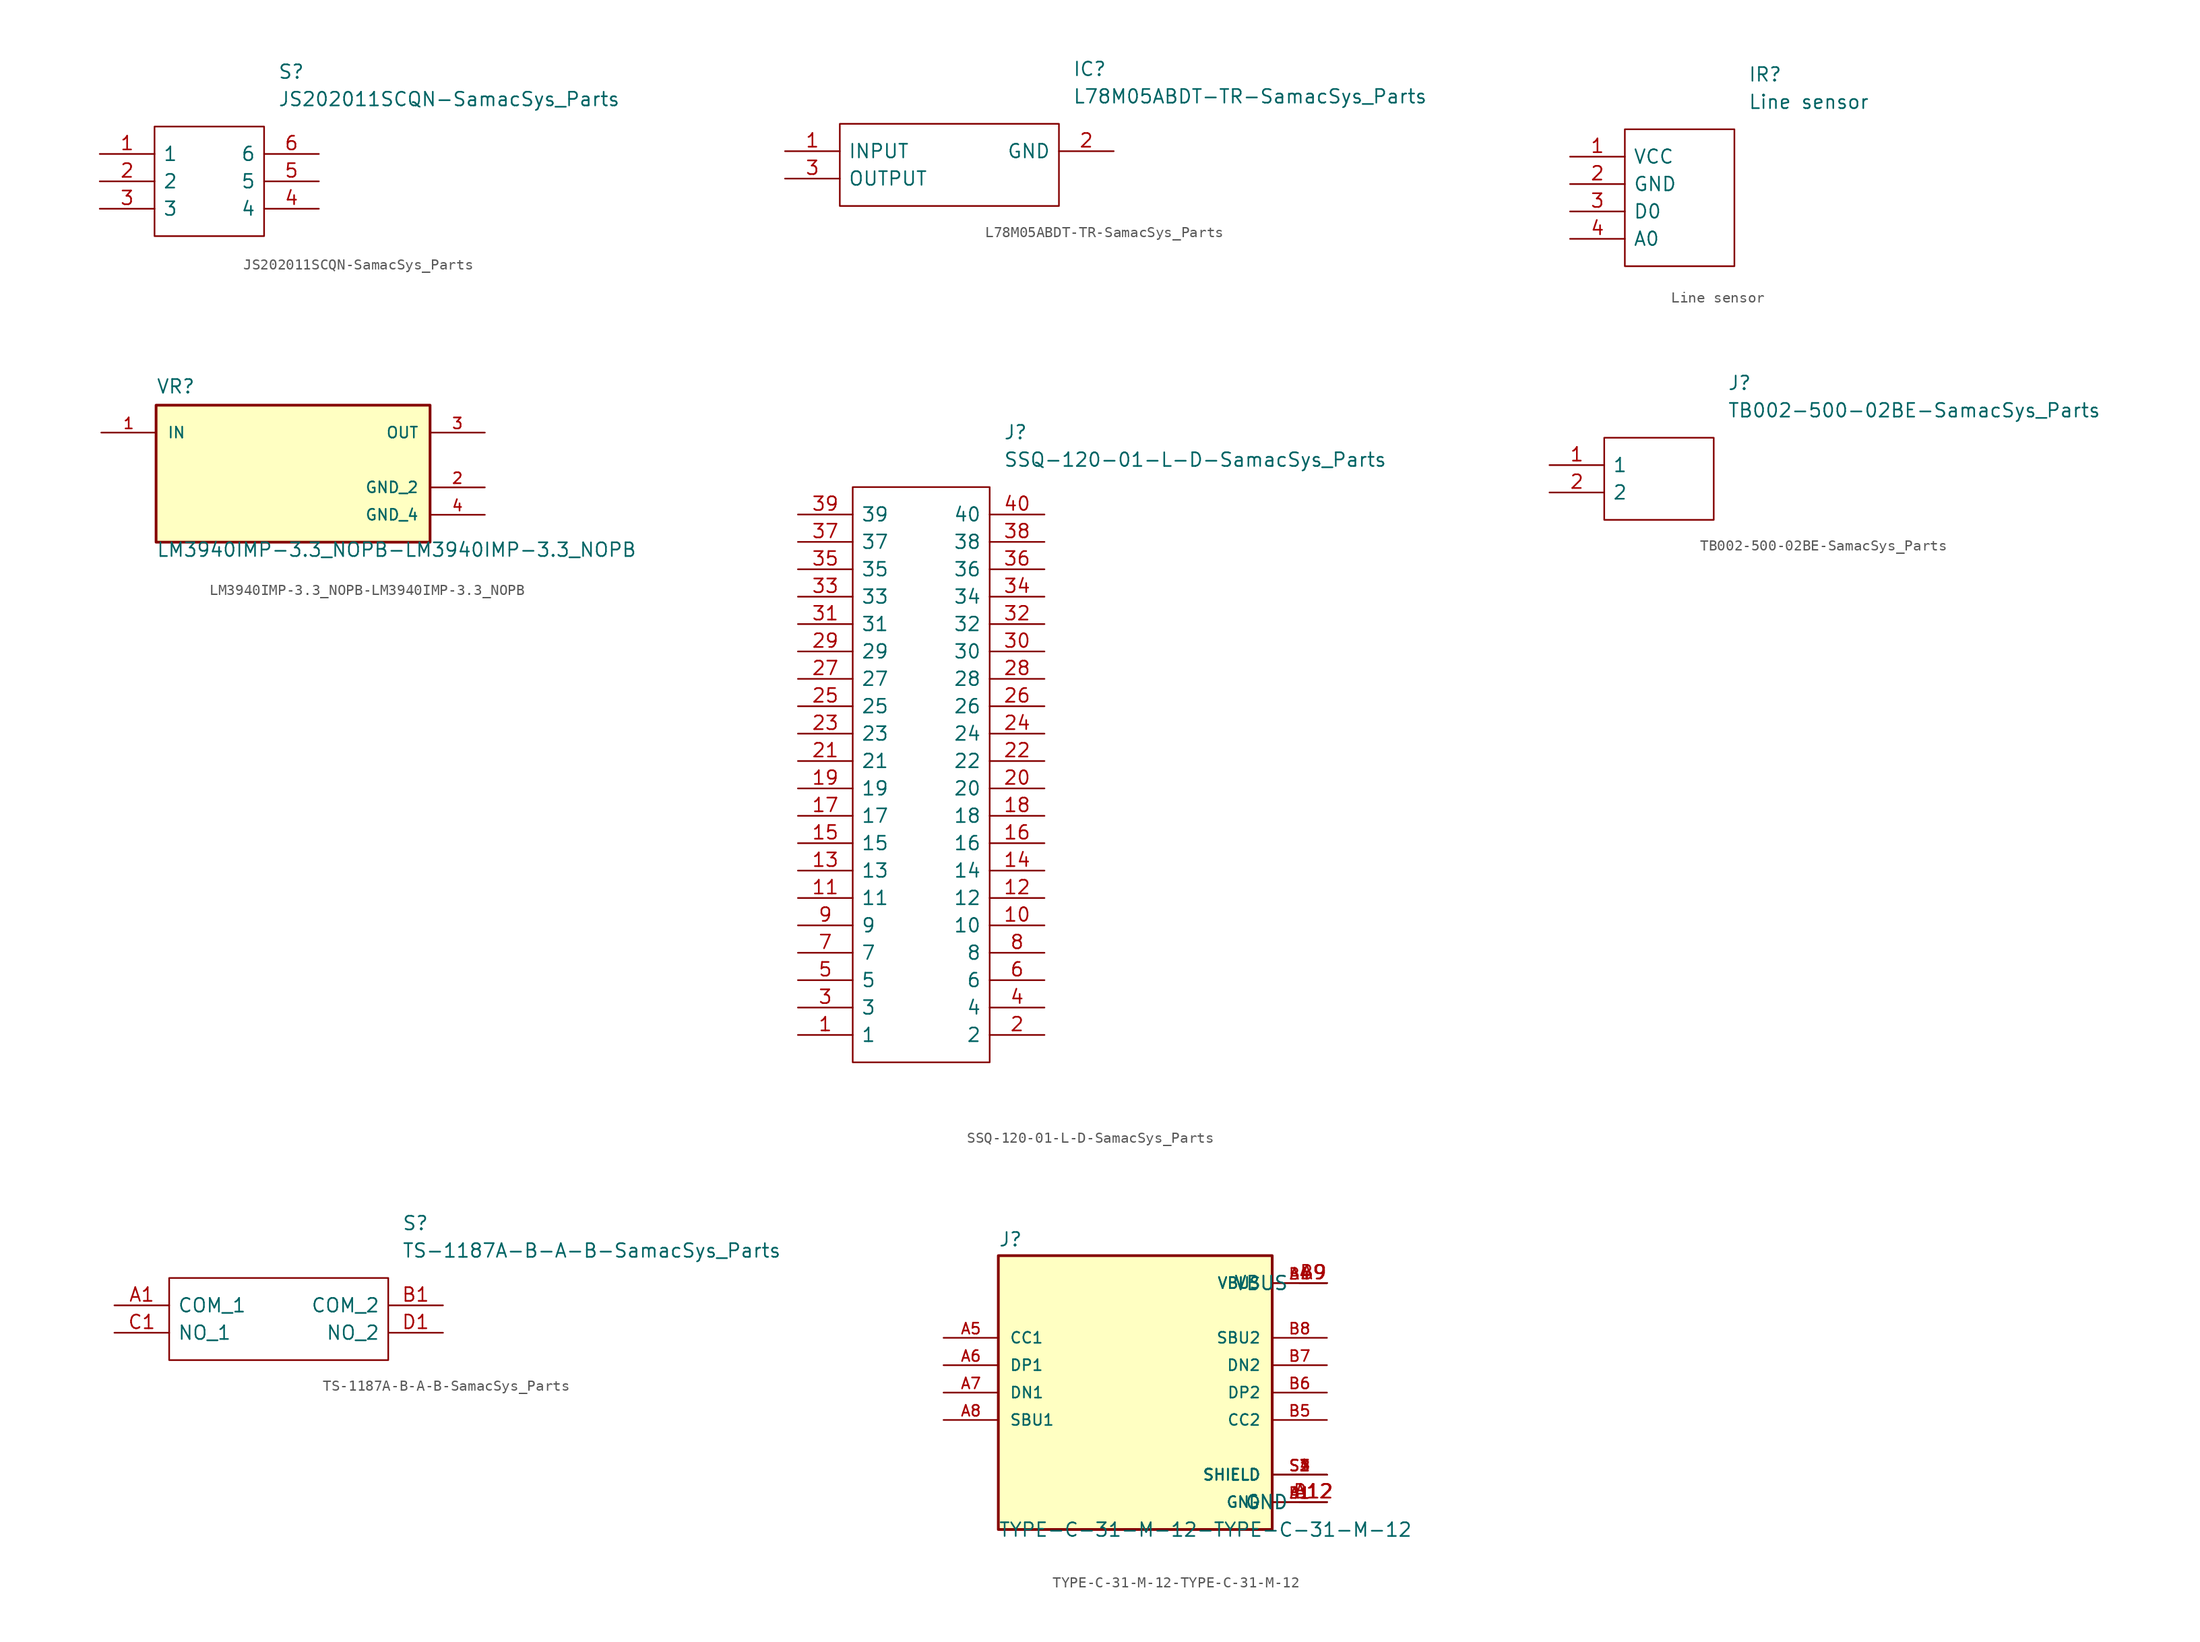
<source format=kicad_sym>
(kicad_symbol_lib
  (version 20211014)
  (generator kicad_symbol_editor)
  (symbol "JS202011SCQN-SamacSys_Parts"
    (pin_names
      (offset 0.762))
    (property "Reference" "S"
      (at 16.51 7.62 0)
      (effects (font (size 1.27 1.27)) (justify left)))
    (property "Value" "JS202011SCQN-SamacSys_Parts"
      (at 16.51 5.08 0)
      (effects (font (size 1.27 1.27)) (justify left)))
    (symbol "JS202011SCQN-SamacSys_Parts_0_0"
      (pin passive line (at 0 0 0) (length 5.08) (name "1" (effects (font (size 1.27 1.27)))) (number "1" (effects (font (size 1.27 1.27)))))
      (pin passive line (at 0 -2.54 0) (length 5.08) (name "2" (effects (font (size 1.27 1.27)))) (number "2" (effects (font (size 1.27 1.27)))))
      (pin passive line (at 0 -5.08 0) (length 5.08) (name "3" (effects (font (size 1.27 1.27)))) (number "3" (effects (font (size 1.27 1.27)))))
      (pin passive line (at 20.32 -5.08 180) (length 5.08) (name "4" (effects (font (size 1.27 1.27)))) (number "4" (effects (font (size 1.27 1.27)))))
      (pin passive line (at 20.32 -2.54 180) (length 5.08) (name "5" (effects (font (size 1.27 1.27)))) (number "5" (effects (font (size 1.27 1.27)))))
      (pin passive line (at 20.32 0 180) (length 5.08) (name "6" (effects (font (size 1.27 1.27)))) (number "6" (effects (font (size 1.27 1.27))))))
    (symbol "JS202011SCQN-SamacSys_Parts_0_1"
      (polyline (pts (xy 5.08 2.54) (xy 15.24 2.54) (xy 15.24 -7.62) (xy 5.08 -7.62) (xy 5.08 2.54)) (stroke (width 0.152) (type default) (color 0 0 0 0)) (fill (type none)))))
  (symbol "L78M05ABDT-TR-SamacSys_Parts"
    (pin_names
      (offset 0.762))
    (property "Reference" "IC"
      (at 26.67 7.62 0)
      (effects (font (size 1.27 1.27)) (justify left)))
    (property "Value" "L78M05ABDT-TR-SamacSys_Parts"
      (at 26.67 5.08 0)
      (effects (font (size 1.27 1.27)) (justify left)))
    (symbol "L78M05ABDT-TR-SamacSys_Parts_0_0"
      (pin passive line (at 0 0 0) (length 5.08) (name "INPUT" (effects (font (size 1.27 1.27)))) (number "1" (effects (font (size 1.27 1.27)))))
      (pin passive line (at 30.48 0 180) (length 5.08) (name "GND" (effects (font (size 1.27 1.27)))) (number "2" (effects (font (size 1.27 1.27)))))
      (pin passive line (at 0 -2.54 0) (length 5.08) (name "OUTPUT" (effects (font (size 1.27 1.27)))) (number "3" (effects (font (size 1.27 1.27))))))
    (symbol "L78M05ABDT-TR-SamacSys_Parts_0_1"
      (polyline (pts (xy 5.08 2.54) (xy 25.4 2.54) (xy 25.4 -5.08) (xy 5.08 -5.08) (xy 5.08 2.54)) (stroke (width 0.152) (type default) (color 0 0 0 0)) (fill (type none)))))
  (symbol "Line sensor"
    (pin_names
      (offset 0.762))
    (property "Reference" "IR"
      (at 16.51 7.62 0)
      (effects (font (size 1.27 1.27)) (justify left)))
    (property "Value" "Line sensor"
      (at 16.51 5.08 0)
      (effects (font (size 1.27 1.27)) (justify left)))
    (symbol "Line sensor_0_0"
      (pin power_in line (at 0 0 0) (length 5.08) (name "VCC" (effects (font (size 1.27 1.27)))) (number "1" (effects (font (size 1.27 1.27)))))
      (pin power_in line (at 0 -2.54 0) (length 5.08) (name "GND" (effects (font (size 1.27 1.27)))) (number "2" (effects (font (size 1.27 1.27)))))
      (pin output line (at 0 -5.08 0) (length 5.08) (name "D0" (effects (font (size 1.27 1.27)))) (number "3" (effects (font (size 1.27 1.27)))))
      (pin output line (at 0 -7.62 0) (length 5.08) (name "A0" (effects (font (size 1.27 1.27)))) (number "4" (effects (font (size 1.27 1.27))))))
    (symbol "Line sensor_0_1"
      (polyline (pts (xy 5.08 2.54) (xy 15.24 2.54) (xy 15.24 -10.16) (xy 5.08 -10.16) (xy 5.08 2.54)) (stroke (width 0.152) (type default) (color 0 0 0 0)) (fill (type none)))))
  (symbol "LM3940IMP-3.3_NOPB-LM3940IMP-3.3_NOPB"
    (pin_names
      (offset 1.016))
    (property "Reference" "VR"
      (at -12.7 6.071 0)
      (effects (font (size 1.27 1.27)) (justify left bottom)))
    (property "Value" "LM3940IMP-3.3_NOPB-LM3940IMP-3.3_NOPB"
      (at -12.7 -9.068 0)
      (effects (font (size 1.27 1.27)) (justify left bottom)))
    (property "ki_locked" ""
      (at 0 0 0)
      (effects (font (size 1.27 1.27))))
    (symbol "LM3940IMP-3.3_NOPB-LM3940IMP-3.3_NOPB_0_0"
      (rectangle (start -12.7 -7.62) (end 12.7 5.08) (stroke (width 0.254) (type default) (color 0 0 0 0)) (fill (type background)))
      (pin input line (at -17.78 2.54 0) (length 5.08) (name "IN" (effects (font (size 1.016 1.016)))) (number "1" (effects (font (size 1.016 1.016)))))
      (pin power_in line (at 17.78 -2.54 180) (length 5.08) (name "GND_2" (effects (font (size 1.016 1.016)))) (number "2" (effects (font (size 1.016 1.016)))))
      (pin output line (at 17.78 2.54 180) (length 5.08) (name "OUT" (effects (font (size 1.016 1.016)))) (number "3" (effects (font (size 1.016 1.016)))))
      (pin power_in line (at 17.78 -5.08 180) (length 5.08) (name "GND_4" (effects (font (size 1.016 1.016)))) (number "4" (effects (font (size 1.016 1.016)))))))
  (symbol "SSQ-120-01-L-D-SamacSys_Parts"
    (pin_names
      (offset 0.762))
    (property "Reference" "J"
      (at 19.05 7.62 0)
      (effects (font (size 1.27 1.27)) (justify left)))
    (property "Value" "SSQ-120-01-L-D-SamacSys_Parts"
      (at 19.05 5.08 0)
      (effects (font (size 1.27 1.27)) (justify left)))
    (symbol "SSQ-120-01-L-D-SamacSys_Parts_0_0"
      (pin passive line (at 0 -48.26 0) (length 5.08) (name "1" (effects (font (size 1.27 1.27)))) (number "1" (effects (font (size 1.27 1.27)))))
      (pin passive line (at 22.86 -38.1 180) (length 5.08) (name "10" (effects (font (size 1.27 1.27)))) (number "10" (effects (font (size 1.27 1.27)))))
      (pin passive line (at 0 -35.56 0) (length 5.08) (name "11" (effects (font (size 1.27 1.27)))) (number "11" (effects (font (size 1.27 1.27)))))
      (pin passive line (at 22.86 -35.56 180) (length 5.08) (name "12" (effects (font (size 1.27 1.27)))) (number "12" (effects (font (size 1.27 1.27)))))
      (pin passive line (at 0 -33.02 0) (length 5.08) (name "13" (effects (font (size 1.27 1.27)))) (number "13" (effects (font (size 1.27 1.27)))))
      (pin passive line (at 22.86 -33.02 180) (length 5.08) (name "14" (effects (font (size 1.27 1.27)))) (number "14" (effects (font (size 1.27 1.27)))))
      (pin passive line (at 0 -30.48 0) (length 5.08) (name "15" (effects (font (size 1.27 1.27)))) (number "15" (effects (font (size 1.27 1.27)))))
      (pin passive line (at 22.86 -30.48 180) (length 5.08) (name "16" (effects (font (size 1.27 1.27)))) (number "16" (effects (font (size 1.27 1.27)))))
      (pin passive line (at 0 -27.94 0) (length 5.08) (name "17" (effects (font (size 1.27 1.27)))) (number "17" (effects (font (size 1.27 1.27)))))
      (pin passive line (at 22.86 -27.94 180) (length 5.08) (name "18" (effects (font (size 1.27 1.27)))) (number "18" (effects (font (size 1.27 1.27)))))
      (pin passive line (at 0 -25.4 0) (length 5.08) (name "19" (effects (font (size 1.27 1.27)))) (number "19" (effects (font (size 1.27 1.27)))))
      (pin passive line (at 22.86 -48.26 180) (length 5.08) (name "2" (effects (font (size 1.27 1.27)))) (number "2" (effects (font (size 1.27 1.27)))))
      (pin passive line (at 22.86 -25.4 180) (length 5.08) (name "20" (effects (font (size 1.27 1.27)))) (number "20" (effects (font (size 1.27 1.27)))))
      (pin passive line (at 0 -22.86 0) (length 5.08) (name "21" (effects (font (size 1.27 1.27)))) (number "21" (effects (font (size 1.27 1.27)))))
      (pin passive line (at 22.86 -22.86 180) (length 5.08) (name "22" (effects (font (size 1.27 1.27)))) (number "22" (effects (font (size 1.27 1.27)))))
      (pin passive line (at 0 -20.32 0) (length 5.08) (name "23" (effects (font (size 1.27 1.27)))) (number "23" (effects (font (size 1.27 1.27)))))
      (pin passive line (at 22.86 -20.32 180) (length 5.08) (name "24" (effects (font (size 1.27 1.27)))) (number "24" (effects (font (size 1.27 1.27)))))
      (pin passive line (at 0 -17.78 0) (length 5.08) (name "25" (effects (font (size 1.27 1.27)))) (number "25" (effects (font (size 1.27 1.27)))))
      (pin passive line (at 22.86 -17.78 180) (length 5.08) (name "26" (effects (font (size 1.27 1.27)))) (number "26" (effects (font (size 1.27 1.27)))))
      (pin passive line (at 0 -15.24 0) (length 5.08) (name "27" (effects (font (size 1.27 1.27)))) (number "27" (effects (font (size 1.27 1.27)))))
      (pin passive line (at 22.86 -15.24 180) (length 5.08) (name "28" (effects (font (size 1.27 1.27)))) (number "28" (effects (font (size 1.27 1.27)))))
      (pin passive line (at 0 -12.7 0) (length 5.08) (name "29" (effects (font (size 1.27 1.27)))) (number "29" (effects (font (size 1.27 1.27)))))
      (pin passive line (at 0 -45.72 0) (length 5.08) (name "3" (effects (font (size 1.27 1.27)))) (number "3" (effects (font (size 1.27 1.27)))))
      (pin passive line (at 22.86 -12.7 180) (length 5.08) (name "30" (effects (font (size 1.27 1.27)))) (number "30" (effects (font (size 1.27 1.27)))))
      (pin passive line (at 0 -10.16 0) (length 5.08) (name "31" (effects (font (size 1.27 1.27)))) (number "31" (effects (font (size 1.27 1.27)))))
      (pin passive line (at 22.86 -10.16 180) (length 5.08) (name "32" (effects (font (size 1.27 1.27)))) (number "32" (effects (font (size 1.27 1.27)))))
      (pin passive line (at 0 -7.62 0) (length 5.08) (name "33" (effects (font (size 1.27 1.27)))) (number "33" (effects (font (size 1.27 1.27)))))
      (pin passive line (at 22.86 -7.62 180) (length 5.08) (name "34" (effects (font (size 1.27 1.27)))) (number "34" (effects (font (size 1.27 1.27)))))
      (pin passive line (at 0 -5.08 0) (length 5.08) (name "35" (effects (font (size 1.27 1.27)))) (number "35" (effects (font (size 1.27 1.27)))))
      (pin passive line (at 22.86 -5.08 180) (length 5.08) (name "36" (effects (font (size 1.27 1.27)))) (number "36" (effects (font (size 1.27 1.27)))))
      (pin passive line (at 0 -2.54 0) (length 5.08) (name "37" (effects (font (size 1.27 1.27)))) (number "37" (effects (font (size 1.27 1.27)))))
      (pin passive line (at 22.86 -2.54 180) (length 5.08) (name "38" (effects (font (size 1.27 1.27)))) (number "38" (effects (font (size 1.27 1.27)))))
      (pin passive line (at 0 0 0) (length 5.08) (name "39" (effects (font (size 1.27 1.27)))) (number "39" (effects (font (size 1.27 1.27)))))
      (pin passive line (at 22.86 -45.72 180) (length 5.08) (name "4" (effects (font (size 1.27 1.27)))) (number "4" (effects (font (size 1.27 1.27)))))
      (pin passive line (at 22.86 0 180) (length 5.08) (name "40" (effects (font (size 1.27 1.27)))) (number "40" (effects (font (size 1.27 1.27)))))
      (pin passive line (at 0 -43.18 0) (length 5.08) (name "5" (effects (font (size 1.27 1.27)))) (number "5" (effects (font (size 1.27 1.27)))))
      (pin passive line (at 22.86 -43.18 180) (length 5.08) (name "6" (effects (font (size 1.27 1.27)))) (number "6" (effects (font (size 1.27 1.27)))))
      (pin passive line (at 0 -40.64 0) (length 5.08) (name "7" (effects (font (size 1.27 1.27)))) (number "7" (effects (font (size 1.27 1.27)))))
      (pin passive line (at 22.86 -40.64 180) (length 5.08) (name "8" (effects (font (size 1.27 1.27)))) (number "8" (effects (font (size 1.27 1.27)))))
      (pin passive line (at 0 -38.1 0) (length 5.08) (name "9" (effects (font (size 1.27 1.27)))) (number "9" (effects (font (size 1.27 1.27))))))
    (symbol "SSQ-120-01-L-D-SamacSys_Parts_0_1"
      (polyline (pts (xy 5.08 2.54) (xy 17.78 2.54) (xy 17.78 -50.8) (xy 5.08 -50.8) (xy 5.08 2.54)) (stroke (width 0.152) (type default) (color 0 0 0 0)) (fill (type none)))))
  (symbol "TB002-500-02BE-SamacSys_Parts"
    (pin_names
      (offset 0.762))
    (property "Reference" "J"
      (at 16.51 7.62 0)
      (effects (font (size 1.27 1.27)) (justify left)))
    (property "Value" "TB002-500-02BE-SamacSys_Parts"
      (at 16.51 5.08 0)
      (effects (font (size 1.27 1.27)) (justify left)))
    (symbol "TB002-500-02BE-SamacSys_Parts_0_0"
      (pin passive line (at 0 0 0) (length 5.08) (name "1" (effects (font (size 1.27 1.27)))) (number "1" (effects (font (size 1.27 1.27)))))
      (pin passive line (at 0 -2.54 0) (length 5.08) (name "2" (effects (font (size 1.27 1.27)))) (number "2" (effects (font (size 1.27 1.27))))))
    (symbol "TB002-500-02BE-SamacSys_Parts_0_1"
      (polyline (pts (xy 5.08 2.54) (xy 15.24 2.54) (xy 15.24 -5.08) (xy 5.08 -5.08) (xy 5.08 2.54)) (stroke (width 0.152) (type default) (color 0 0 0 0)) (fill (type none)))))
  (symbol "TS-1187A-B-A-B-SamacSys_Parts"
    (pin_names
      (offset 0.762))
    (property "Reference" "S"
      (at 26.67 7.62 0)
      (effects (font (size 1.27 1.27)) (justify left)))
    (property "Value" "TS-1187A-B-A-B-SamacSys_Parts"
      (at 26.67 5.08 0)
      (effects (font (size 1.27 1.27)) (justify left)))
    (symbol "TS-1187A-B-A-B-SamacSys_Parts_0_0"
      (pin passive line (at 0 0 0) (length 5.08) (name "COM_1" (effects (font (size 1.27 1.27)))) (number "A1" (effects (font (size 1.27 1.27)))))
      (pin passive line (at 30.48 0 180) (length 5.08) (name "COM_2" (effects (font (size 1.27 1.27)))) (number "B1" (effects (font (size 1.27 1.27)))))
      (pin passive line (at 0 -2.54 0) (length 5.08) (name "NO_1" (effects (font (size 1.27 1.27)))) (number "C1" (effects (font (size 1.27 1.27)))))
      (pin passive line (at 30.48 -2.54 180) (length 5.08) (name "NO_2" (effects (font (size 1.27 1.27)))) (number "D1" (effects (font (size 1.27 1.27))))))
    (symbol "TS-1187A-B-A-B-SamacSys_Parts_0_1"
      (polyline (pts (xy 5.08 2.54) (xy 25.4 2.54) (xy 25.4 -5.08) (xy 5.08 -5.08) (xy 5.08 2.54)) (stroke (width 0.152) (type default) (color 0 0 0 0)) (fill (type none)))))
  (symbol "TYPE-C-31-M-12-TYPE-C-31-M-12"
    (pin_names
      (offset 1.016))
    (property "Reference" "J"
      (at -12.7 13.462 0)
      (effects (font (size 1.27 1.27)) (justify left bottom)))
    (property "Value" "TYPE-C-31-M-12-TYPE-C-31-M-12"
      (at -12.7 -13.462 0)
      (effects (font (size 1.27 1.27)) (justify left bottom)))
    (property "ki_locked" ""
      (at 0 0 0)
      (effects (font (size 1.27 1.27))))
    (symbol "TYPE-C-31-M-12-TYPE-C-31-M-12_0_0"
      (rectangle (start -12.7 -12.7) (end 12.7 12.7) (stroke (width 0.254) (type default) (color 0 0 0 0)) (fill (type background)))
      (pin power_in line (at 17.78 -10.16 180) (length 5.08) (name "GND" (effects (font (size 1.016 1.016)))) (number "A1" (effects (font (size 1.016 1.016)))))
      (pin power_out line (at 17.78 -10.16 180) (length 2.54) (name "GND" (effects (font (size 1.27 1.27)))) (number "A12" (effects (font (size 1.27 1.27)))))
      (pin power_in line (at 17.78 10.16 180) (length 5.08) (name "VBUS" (effects (font (size 1.016 1.016)))) (number "A4" (effects (font (size 1.016 1.016)))))
      (pin bidirectional line (at -17.78 5.08 0) (length 5.08) (name "CC1" (effects (font (size 1.016 1.016)))) (number "A5" (effects (font (size 1.016 1.016)))))
      (pin bidirectional line (at -17.78 2.54 0) (length 5.08) (name "DP1" (effects (font (size 1.016 1.016)))) (number "A6" (effects (font (size 1.016 1.016)))))
      (pin bidirectional line (at -17.78 0 0) (length 5.08) (name "DN1" (effects (font (size 1.016 1.016)))) (number "A7" (effects (font (size 1.016 1.016)))))
      (pin bidirectional line (at -17.78 -2.54 0) (length 5.08) (name "SBU1" (effects (font (size 1.016 1.016)))) (number "A8" (effects (font (size 1.016 1.016)))))
      (pin power_in line (at 17.78 10.16 180) (length 2.54) (name "VBUS" (effects (font (size 1.27 1.27)))) (number "A9" (effects (font (size 1.27 1.27)))))
      (pin power_in line (at 17.78 -10.16 180) (length 5.08) (name "GND" (effects (font (size 1.016 1.016)))) (number "B1" (effects (font (size 1.016 1.016)))))
      (pin power_in line (at 17.78 -10.16 180) (length 2.54) (name "GND" (effects (font (size 1.27 1.27)))) (number "B12" (effects (font (size 1.27 1.27)))))
      (pin power_in line (at 17.78 10.16 180) (length 5.08) (name "VBUS" (effects (font (size 1.016 1.016)))) (number "B4" (effects (font (size 1.016 1.016)))))
      (pin bidirectional line (at 17.78 -2.54 180) (length 5.08) (name "CC2" (effects (font (size 1.016 1.016)))) (number "B5" (effects (font (size 1.016 1.016)))))
      (pin bidirectional line (at 17.78 0 180) (length 5.08) (name "DP2" (effects (font (size 1.016 1.016)))) (number "B6" (effects (font (size 1.016 1.016)))))
      (pin bidirectional line (at 17.78 2.54 180) (length 5.08) (name "DN2" (effects (font (size 1.016 1.016)))) (number "B7" (effects (font (size 1.016 1.016)))))
      (pin bidirectional line (at 17.78 5.08 180) (length 5.08) (name "SBU2" (effects (font (size 1.016 1.016)))) (number "B8" (effects (font (size 1.016 1.016)))))
      (pin input line (at 17.78 10.16 180) (length 2.54) (name "VBUS" (effects (font (size 1.27 1.27)))) (number "B9" (effects (font (size 1.27 1.27)))))
      (pin passive line (at 17.78 -7.62 180) (length 5.08) (name "SHIELD" (effects (font (size 1.016 1.016)))) (number "S1" (effects (font (size 1.016 1.016)))))
      (pin passive line (at 17.78 -7.62 180) (length 5.08) (name "SHIELD" (effects (font (size 1.016 1.016)))) (number "S2" (effects (font (size 1.016 1.016)))))
      (pin passive line (at 17.78 -7.62 180) (length 5.08) (name "SHIELD" (effects (font (size 1.016 1.016)))) (number "S3" (effects (font (size 1.016 1.016)))))
      (pin passive line (at 17.78 -7.62 180) (length 5.08) (name "SHIELD" (effects (font (size 1.016 1.016)))) (number "S4" (effects (font (size 1.016 1.016))))))))
</source>
